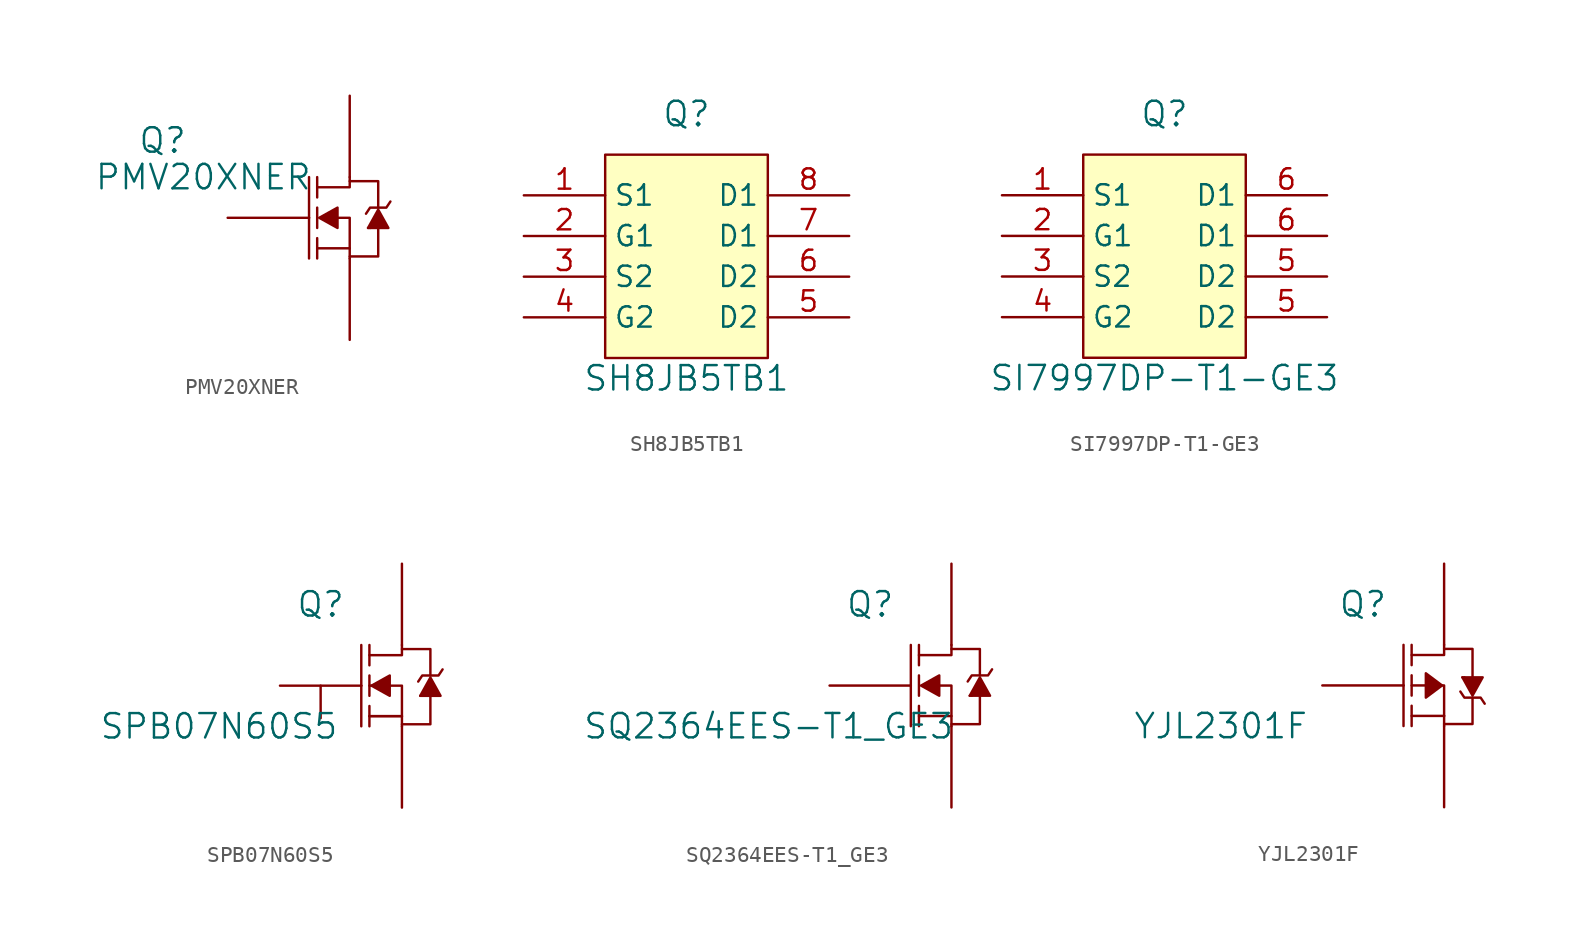
<source format=kicad_sym>
(kicad_symbol_lib
  (version 20231120)
  (generator "kicad_symbol_editor")
  (generator_version "8.0")
  (symbol "PMV20XNER"
    (pin_numbers hide)
    (pin_names
      (offset 0) hide)
    (property "Reference" "Q"
      (at -9.144 4.826 0)
      (effects (font (size 1.524 1.524))))
    (property "Value" "PMV20XNER"
      (at -6.604 2.54 0)
      (effects (font (size 1.524 1.524))))
    (symbol "PMV20XNER_0_1"
      (polyline (pts (xy 0 0) (xy 0 -2.54)) (stroke (width 0) (type default)) (fill (type none)))
      (polyline (pts (xy 0 0) (xy 0 2.54)) (stroke (width 0) (type default)) (fill (type none)))
      (polyline (pts (xy 0.508 -1.27) (xy 0.508 -2.54)) (stroke (width 0) (type default)) (fill (type none)))
      (polyline (pts (xy 0.508 -0.635) (xy 0.508 0.635)) (stroke (width 0) (type default)) (fill (type none)))
      (polyline (pts (xy 0.508 1.27) (xy 0.508 2.54)) (stroke (width 0) (type default)) (fill (type none)))
      (polyline (pts (xy 2.54 -2.54) (xy 2.54 -1.905)) (stroke (width 0) (type default)) (fill (type none)))
      (polyline (pts (xy 3.81 -0.635) (xy 3.683 -0.635)) (stroke (width 0) (type default)) (fill (type none)))
      (polyline (pts (xy 0.508 1.905) (xy 2.54 1.905) (xy 2.54 2.54)) (stroke (width 0) (type default)) (fill (type none)))
      (polyline (pts (xy 4.318 -0.635) (xy 4.318 -2.413) (xy 2.54 -2.413)) (stroke (width 0) (type default)) (fill (type none)))
      (polyline (pts (xy 4.318 0.635) (xy 4.318 2.286) (xy 2.54 2.286)) (stroke (width 0) (type default)) (fill (type none)))
      (polyline (pts (xy 0.508 -1.905) (xy 2.54 -1.905) (xy 2.54 0) (xy 1.778 0)) (stroke (width 0) (type default)) (fill (type none)))
      (polyline (pts (xy 0.635 0) (xy 1.778 0.635) (xy 1.778 -0.635) (xy 0.635 0)) (stroke (width 0) (type default)) (fill (type outline)))
      (polyline (pts (xy 3.556 0.254) (xy 3.81 0.635) (xy 4.826 0.635) (xy 5.08 1.016)) (stroke (width 0) (type default)) (fill (type none)))
      (polyline (pts (xy 3.683 -0.635) (xy 4.318 0.508) (xy 4.953 -0.635) (xy 3.81 -0.635)) (stroke (width 0) (type default)) (fill (type outline))))
    (symbol "PMV20XNER_1_1"
      (pin input line (at -5.08 0 0) (length 5.08) (name "G" (effects (font (size 1.27 1.27)))) (number "1" (effects (font (size 1.27 1.27)))))
      (pin input line (at 2.54 -7.62 90) (length 5.08) (name "S" (effects (font (size 1.27 1.27)))) (number "2" (effects (font (size 1.27 1.27)))))
      (pin input line (at 2.54 7.62 270) (length 5.08) (name "D" (effects (font (size 1.27 1.27)))) (number "3" (effects (font (size 1.27 1.27)))))))
  (symbol "SH8JB5TB1"
    (property "Reference" "Q"
      (at 0 8.89 0)
      (effects (font (size 1.524 1.524))))
    (property "Value" "SH8JB5TB1"
      (at 0 -7.62 0)
      (effects (font (size 1.524 1.524))))
    (symbol "SH8JB5TB1_0_1"
      (rectangle (start -5.08 6.35) (end 5.08 -6.35) (stroke (width 0) (type default)) (fill (type background))))
    (symbol "SH8JB5TB1_1_1"
      (pin passive line (at -10.16 3.81 0) (length 5.08) (name "S1" (effects (font (size 1.27 1.27)))) (number "1" (effects (font (size 1.27 1.27)))))
      (pin passive line (at -10.16 1.27 0) (length 5.08) (name "G1" (effects (font (size 1.27 1.27)))) (number "2" (effects (font (size 1.27 1.27)))))
      (pin passive line (at -10.16 -1.27 0) (length 5.08) (name "S2" (effects (font (size 1.27 1.27)))) (number "3" (effects (font (size 1.27 1.27)))))
      (pin passive line (at -10.16 -3.81 0) (length 5.08) (name "G2" (effects (font (size 1.27 1.27)))) (number "4" (effects (font (size 1.27 1.27)))))
      (pin input line (at 10.16 -3.81 180) (length 5.08) (name "D2" (effects (font (size 1.27 1.27)))) (number "5" (effects (font (size 1.27 1.27)))))
      (pin input line (at 10.16 -1.27 180) (length 5.08) (name "D2" (effects (font (size 1.27 1.27)))) (number "6" (effects (font (size 1.27 1.27)))))
      (pin input line (at 10.16 1.27 180) (length 5.08) (name "D1" (effects (font (size 1.27 1.27)))) (number "7" (effects (font (size 1.27 1.27)))))
      (pin input line (at 10.16 3.81 180) (length 5.08) (name "D1" (effects (font (size 1.27 1.27)))) (number "8" (effects (font (size 1.27 1.27)))))))
  (symbol "SI7997DP-T1-GE3"
    (property "Reference" "Q"
      (at 0 8.89 0)
      (effects (font (size 1.524 1.524))))
    (property "Value" "SI7997DP-T1-GE3"
      (at 0 -7.62 0)
      (effects (font (size 1.524 1.524))))
    (symbol "SI7997DP-T1-GE3_0_1"
      (rectangle (start -5.08 6.35) (end 5.08 -6.35) (stroke (width 0) (type default)) (fill (type background))))
    (symbol "SI7997DP-T1-GE3_1_1"
      (pin passive line (at -10.16 3.81 0) (length 5.08) (name "S1" (effects (font (size 1.27 1.27)))) (number "1" (effects (font (size 1.27 1.27)))))
      (pin passive line (at -10.16 1.27 0) (length 5.08) (name "G1" (effects (font (size 1.27 1.27)))) (number "2" (effects (font (size 1.27 1.27)))))
      (pin passive line (at -10.16 -1.27 0) (length 5.08) (name "S2" (effects (font (size 1.27 1.27)))) (number "3" (effects (font (size 1.27 1.27)))))
      (pin passive line (at -10.16 -3.81 0) (length 5.08) (name "G2" (effects (font (size 1.27 1.27)))) (number "4" (effects (font (size 1.27 1.27)))))
      (pin passive line (at 10.16 -3.81 180) (length 5.08) (name "D2" (effects (font (size 1.27 1.27)))) (number "5" (effects (font (size 1.27 1.27)))))
      (pin passive line (at 10.16 -1.27 180) (length 5.08) (name "D2" (effects (font (size 1.27 1.27)))) (number "5" (effects (font (size 1.27 1.27)))))
      (pin passive line (at 10.16 1.27 180) (length 5.08) (name "D1" (effects (font (size 1.27 1.27)))) (number "6" (effects (font (size 1.27 1.27)))))
      (pin passive line (at 10.16 3.81 180) (length 5.08) (name "D1" (effects (font (size 1.27 1.27)))) (number "6" (effects (font (size 1.27 1.27)))))))
  (symbol "SPB07N60S5"
    (pin_numbers hide)
    (pin_names
      (offset 0) hide)
    (property "Reference" "Q"
      (at -2.54 5.08 0)
      (effects (font (size 1.524 1.524))))
    (property "Value" "SPB07N60S5"
      (at -8.89 -2.54 0)
      (effects (font (size 1.524 1.524))))
    (symbol "SPB07N60S5_0_1"
      (polyline (pts (xy -2.54 -2.032) (xy -2.54 0)) (stroke (width 0) (type default)) (fill (type none)))
      (polyline (pts (xy 0 0) (xy 0 -2.54)) (stroke (width 0) (type default)) (fill (type none)))
      (polyline (pts (xy 0 0) (xy 0 2.54)) (stroke (width 0) (type default)) (fill (type none)))
      (polyline (pts (xy 0.508 -1.905) (xy 2.54 -1.905)) (stroke (width 0) (type default)) (fill (type none)))
      (polyline (pts (xy 0.508 -1.27) (xy 0.508 -2.54)) (stroke (width 0) (type default)) (fill (type none)))
      (polyline (pts (xy 0.508 -0.635) (xy 0.508 0.635)) (stroke (width 0) (type default)) (fill (type none)))
      (polyline (pts (xy 0.508 0) (xy 1.397 0)) (stroke (width 0) (type default)) (fill (type none)))
      (polyline (pts (xy 0.508 1.27) (xy 0.508 2.54)) (stroke (width 0) (type default)) (fill (type none)))
      (polyline (pts (xy 2.54 -2.54) (xy 2.54 -1.905)) (stroke (width 0) (type default)) (fill (type none)))
      (polyline (pts (xy 3.81 -0.635) (xy 3.683 -0.635)) (stroke (width 0) (type default)) (fill (type none)))
      (polyline (pts (xy 0.508 1.905) (xy 2.54 1.905) (xy 2.54 2.54)) (stroke (width 0) (type default)) (fill (type none)))
      (polyline (pts (xy 4.318 -0.635) (xy 4.318 -2.413) (xy 2.54 -2.413)) (stroke (width 0) (type default)) (fill (type none)))
      (polyline (pts (xy 4.318 0.635) (xy 4.318 2.286) (xy 2.54 2.286)) (stroke (width 0) (type default)) (fill (type none)))
      (polyline (pts (xy 0.508 -1.905) (xy 2.54 -1.905) (xy 2.54 0) (xy 1.778 0)) (stroke (width 0) (type default)) (fill (type none)))
      (polyline (pts (xy 0.635 0) (xy 1.778 0.635) (xy 1.778 -0.635) (xy 0.635 0)) (stroke (width 0) (type default)) (fill (type outline)))
      (polyline (pts (xy 3.556 0.254) (xy 3.81 0.635) (xy 4.826 0.635) (xy 5.08 1.016)) (stroke (width 0) (type default)) (fill (type none)))
      (polyline (pts (xy 3.683 -0.635) (xy 4.318 0.508) (xy 4.953 -0.635) (xy 3.81 -0.635)) (stroke (width 0) (type default)) (fill (type outline))))
    (symbol "SPB07N60S5_1_1"
      (pin input line (at -5.08 0 0) (length 5.08) (name "G" (effects (font (size 1.27 1.27)))) (number "1" (effects (font (size 1.27 1.27)))))
      (pin input line (at 2.54 7.62 270) (length 5.08) (name "D" (effects (font (size 1.27 1.27)))) (number "2" (effects (font (size 1.27 1.27)))))
      (pin input line (at 2.54 -7.62 90) (length 5.08) (name "S" (effects (font (size 1.27 1.27)))) (number "3" (effects (font (size 1.27 1.27)))))))
  (symbol "SQ2364EES-T1_GE3"
    (pin_numbers hide)
    (pin_names
      (offset 0) hide)
    (property "Reference" "Q"
      (at -2.54 5.08 0)
      (effects (font (size 1.524 1.524))))
    (property "Value" "SQ2364EES-T1_GE3"
      (at -8.89 -2.54 0)
      (effects (font (size 1.524 1.524))))
    (symbol "SQ2364EES-T1_GE3_0_1"
      (polyline (pts (xy 0 0) (xy 0 -2.54)) (stroke (width 0) (type default)) (fill (type none)))
      (polyline (pts (xy 0 0) (xy 0 2.54)) (stroke (width 0) (type default)) (fill (type none)))
      (polyline (pts (xy 0.508 -1.27) (xy 0.508 -2.54)) (stroke (width 0) (type default)) (fill (type none)))
      (polyline (pts (xy 0.508 -0.635) (xy 0.508 0.635)) (stroke (width 0) (type default)) (fill (type none)))
      (polyline (pts (xy 0.508 1.27) (xy 0.508 2.54)) (stroke (width 0) (type default)) (fill (type none)))
      (polyline (pts (xy 2.54 -2.54) (xy 2.54 -1.905)) (stroke (width 0) (type default)) (fill (type none)))
      (polyline (pts (xy 3.81 -0.635) (xy 3.683 -0.635)) (stroke (width 0) (type default)) (fill (type none)))
      (polyline (pts (xy 0.508 1.905) (xy 2.54 1.905) (xy 2.54 2.54)) (stroke (width 0) (type default)) (fill (type none)))
      (polyline (pts (xy 4.318 -0.635) (xy 4.318 -2.413) (xy 2.54 -2.413)) (stroke (width 0) (type default)) (fill (type none)))
      (polyline (pts (xy 4.318 0.635) (xy 4.318 2.286) (xy 2.54 2.286)) (stroke (width 0) (type default)) (fill (type none)))
      (polyline (pts (xy 0.508 -1.905) (xy 2.54 -1.905) (xy 2.54 0) (xy 1.778 0)) (stroke (width 0) (type default)) (fill (type none)))
      (polyline (pts (xy 0.635 0) (xy 1.778 0.635) (xy 1.778 -0.635) (xy 0.635 0)) (stroke (width 0) (type default)) (fill (type outline)))
      (polyline (pts (xy 3.556 0.254) (xy 3.81 0.635) (xy 4.826 0.635) (xy 5.08 1.016)) (stroke (width 0) (type default)) (fill (type none)))
      (polyline (pts (xy 3.683 -0.635) (xy 4.318 0.508) (xy 4.953 -0.635) (xy 3.81 -0.635)) (stroke (width 0) (type default)) (fill (type outline))))
    (symbol "SQ2364EES-T1_GE3_1_1"
      (pin input line (at -5.08 0 0) (length 5.08) (name "G" (effects (font (size 1.27 1.27)))) (number "1" (effects (font (size 1.27 1.27)))))
      (pin input line (at 2.54 7.62 270) (length 5.08) (name "D" (effects (font (size 1.27 1.27)))) (number "2" (effects (font (size 1.27 1.27)))))
      (pin input line (at 2.54 -7.62 90) (length 5.08) (name "S" (effects (font (size 1.27 1.27)))) (number "3" (effects (font (size 1.27 1.27)))))))
  (symbol "YJL2301F"
    (pin_numbers hide)
    (pin_names
      (offset 0) hide)
    (property "Reference" "Q"
      (at -2.54 5.08 0)
      (effects (font (size 1.524 1.524))))
    (property "Value" "YJL2301F"
      (at -11.43 -2.54 0)
      (effects (font (size 1.524 1.524))))
    (symbol "YJL2301F_0_1"
      (polyline (pts (xy 0 0) (xy 0 -2.54)) (stroke (width 0) (type default)) (fill (type none)))
      (polyline (pts (xy 0 0) (xy 0 2.54)) (stroke (width 0) (type default)) (fill (type none)))
      (polyline (pts (xy 0.508 -1.905) (xy 2.54 -1.905)) (stroke (width 0) (type default)) (fill (type none)))
      (polyline (pts (xy 0.508 -1.27) (xy 0.508 -2.54)) (stroke (width 0) (type default)) (fill (type none)))
      (polyline (pts (xy 0.508 -0.635) (xy 0.508 0.635)) (stroke (width 0) (type default)) (fill (type none)))
      (polyline (pts (xy 0.508 0) (xy 1.397 0)) (stroke (width 0) (type default)) (fill (type none)))
      (polyline (pts (xy 0.508 1.27) (xy 0.508 2.54)) (stroke (width 0) (type default)) (fill (type none)))
      (polyline (pts (xy 2.54 -2.54) (xy 2.54 -1.905)) (stroke (width 0) (type default)) (fill (type none)))
      (polyline (pts (xy 3.81 0.508) (xy 3.683 0.508)) (stroke (width 0) (type default)) (fill (type none)))
      (polyline (pts (xy 0.508 1.905) (xy 2.54 1.905) (xy 2.54 2.54)) (stroke (width 0) (type default)) (fill (type none)))
      (polyline (pts (xy 2.413 0) (xy 2.54 0) (xy 2.54 -1.905)) (stroke (width 0) (type default)) (fill (type none)))
      (polyline (pts (xy 4.318 -0.762) (xy 4.318 -2.413) (xy 2.54 -2.413)) (stroke (width 0) (type default)) (fill (type none)))
      (polyline (pts (xy 4.318 0.508) (xy 4.318 2.286) (xy 2.54 2.286)) (stroke (width 0) (type default)) (fill (type none)))
      (polyline (pts (xy 2.413 0) (xy 1.397 0.762) (xy 1.397 -0.762) (xy 2.413 0)) (stroke (width 0) (type default)) (fill (type outline)))
      (polyline (pts (xy 3.556 -0.381) (xy 3.81 -0.762) (xy 4.826 -0.762) (xy 5.08 -1.143)) (stroke (width 0) (type default)) (fill (type none)))
      (polyline (pts (xy 3.683 0.508) (xy 4.318 -0.635) (xy 4.953 0.508) (xy 3.81 0.508)) (stroke (width 0) (type default)) (fill (type outline))))
    (symbol "YJL2301F_1_1"
      (pin input line (at 2.54 7.62 270) (length 5.08) (name "D" (effects (font (size 1.27 1.27)))) (number "~" (effects (font (size 1.27 1.27)))))
      (pin input line (at -5.08 0 0) (length 5.08) (name "G" (effects (font (size 1.27 1.27)))) (number "~" (effects (font (size 1.27 1.27)))))
      (pin input line (at 2.54 -7.62 90) (length 5.08) (name "S" (effects (font (size 1.27 1.27)))) (number "~" (effects (font (size 1.27 1.27))))))))
</source>
